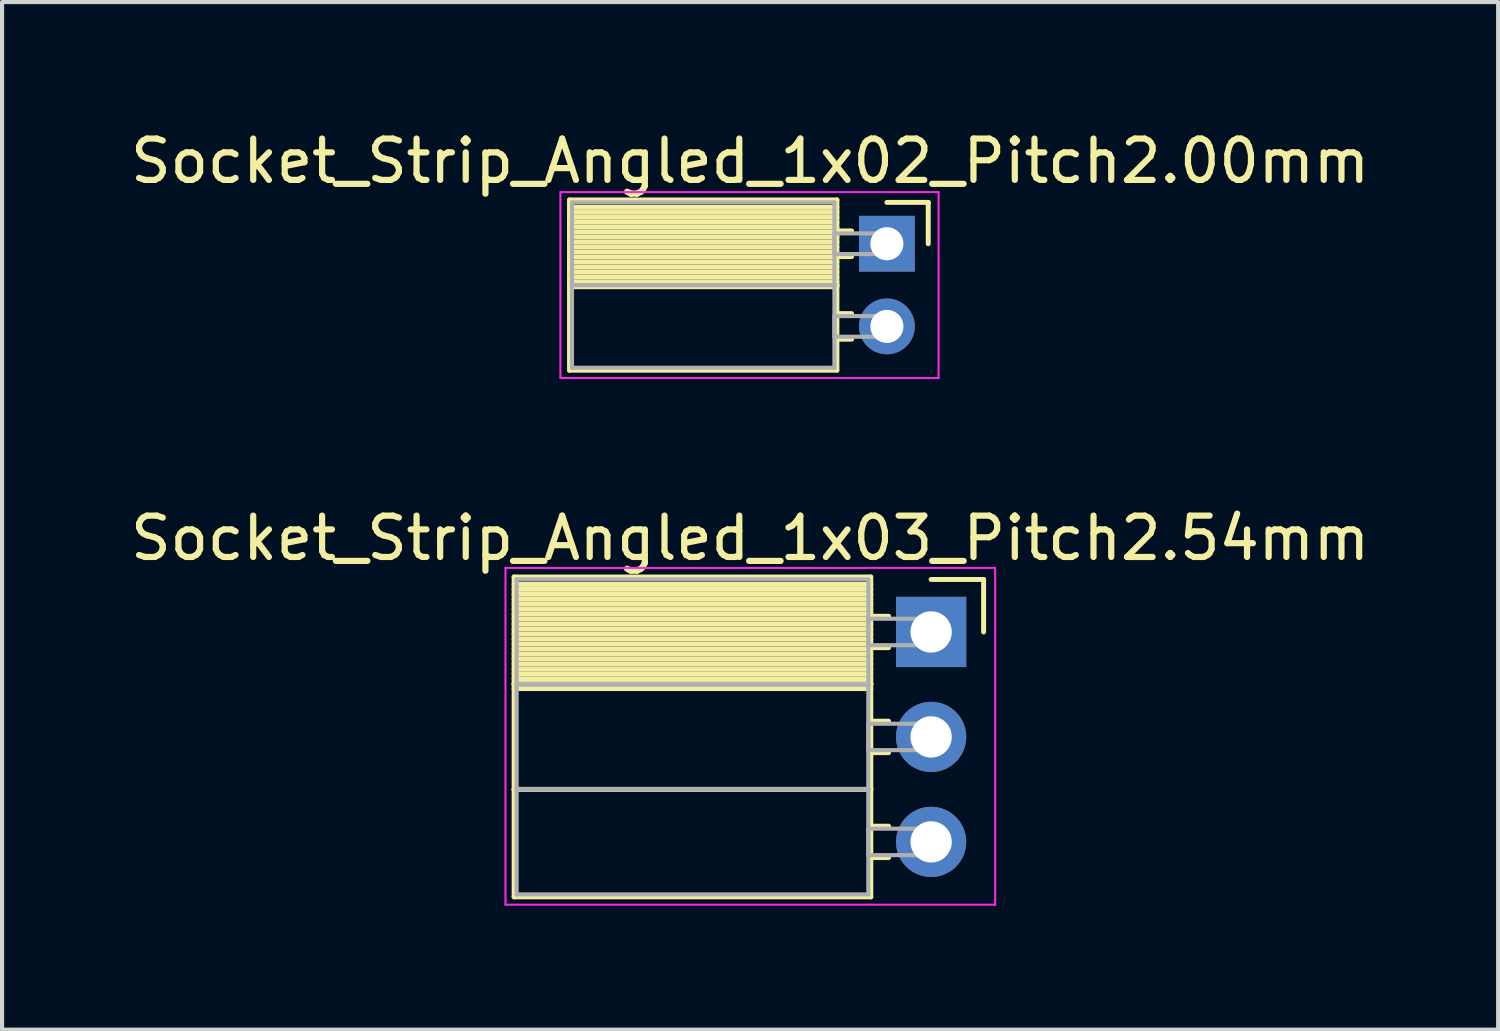
<source format=kicad_pcb>
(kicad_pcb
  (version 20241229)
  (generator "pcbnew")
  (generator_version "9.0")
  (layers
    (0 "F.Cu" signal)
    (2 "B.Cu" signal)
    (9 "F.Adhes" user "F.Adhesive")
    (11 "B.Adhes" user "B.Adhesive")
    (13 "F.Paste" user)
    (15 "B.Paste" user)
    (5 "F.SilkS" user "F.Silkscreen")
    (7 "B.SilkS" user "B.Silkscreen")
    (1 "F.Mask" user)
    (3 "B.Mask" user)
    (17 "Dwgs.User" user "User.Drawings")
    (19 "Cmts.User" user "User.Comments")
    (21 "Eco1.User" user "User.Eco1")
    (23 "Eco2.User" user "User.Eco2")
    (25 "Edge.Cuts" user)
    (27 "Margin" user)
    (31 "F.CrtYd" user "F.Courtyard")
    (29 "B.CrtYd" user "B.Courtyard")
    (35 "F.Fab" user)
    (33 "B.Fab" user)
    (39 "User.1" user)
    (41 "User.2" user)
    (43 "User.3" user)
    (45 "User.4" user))
  (footprint "Socket_Strip_Angled_1x03_Pitch2.54mm"
    (layer "F.Cu")
    (at 19.481 12.242)
    (property "Reference" "Socket_Strip_Angled_1x03_Pitch2.54mm" (at -4.38 -2.27 0) (layer "F.SilkS") (effects (font (size 1 1) (thickness 0.15))))
    (attr through_hole)
    (fp_line (start -10.09 -1.33) (end -1.46 -1.33) (stroke (width 0.12) (type solid)) (layer "F.SilkS"))
    (fp_line (start -10.09 1.27) (end -10.09 -1.33) (stroke (width 0.12) (type solid)) (layer "F.SilkS"))
    (fp_line (start -10.09 1.27) (end -1.46 1.27) (stroke (width 0.12) (type solid)) (layer "F.SilkS"))
    (fp_line (start -10.09 3.81) (end -10.09 1.27) (stroke (width 0.12) (type solid)) (layer "F.SilkS"))
    (fp_line (start -10.09 3.81) (end -1.46 3.81) (stroke (width 0.12) (type solid)) (layer "F.SilkS"))
    (fp_line (start -10.09 6.41) (end -10.09 3.81) (stroke (width 0.12) (type solid)) (layer "F.SilkS"))
    (fp_line (start -1.46 -1.33) (end -1.46 1.27) (stroke (width 0.12) (type solid)) (layer "F.SilkS"))
    (fp_line (start -1.46 -1.15) (end -10.09 -1.15) (stroke (width 0.12) (type solid)) (layer "F.SilkS"))
    (fp_line (start -1.46 -1.03) (end -10.09 -1.03) (stroke (width 0.12) (type solid)) (layer "F.SilkS"))
    (fp_line (start -1.46 -0.91) (end -10.09 -0.91) (stroke (width 0.12) (type solid)) (layer "F.SilkS"))
    (fp_line (start -1.46 -0.79) (end -10.09 -0.79) (stroke (width 0.12) (type solid)) (layer "F.SilkS"))
    (fp_line (start -1.46 -0.67) (end -10.09 -0.67) (stroke (width 0.12) (type solid)) (layer "F.SilkS"))
    (fp_line (start -1.46 -0.55) (end -10.09 -0.55) (stroke (width 0.12) (type solid)) (layer "F.SilkS"))
    (fp_line (start -1.46 -0.43) (end -10.09 -0.43) (stroke (width 0.12) (type solid)) (layer "F.SilkS"))
    (fp_line (start -1.46 -0.31) (end -10.09 -0.31) (stroke (width 0.12) (type solid)) (layer "F.SilkS"))
    (fp_line (start -1.46 -0.19) (end -10.09 -0.19) (stroke (width 0.12) (type solid)) (layer "F.SilkS"))
    (fp_line (start -1.46 -0.07) (end -10.09 -0.07) (stroke (width 0.12) (type solid)) (layer "F.SilkS"))
    (fp_line (start -1.46 0.05) (end -10.09 0.05) (stroke (width 0.12) (type solid)) (layer "F.SilkS"))
    (fp_line (start -1.46 0.17) (end -10.09 0.17) (stroke (width 0.12) (type solid)) (layer "F.SilkS"))
    (fp_line (start -1.46 0.29) (end -10.09 0.29) (stroke (width 0.12) (type solid)) (layer "F.SilkS"))
    (fp_line (start -1.46 0.41) (end -10.09 0.41) (stroke (width 0.12) (type solid)) (layer "F.SilkS"))
    (fp_line (start -1.46 0.53) (end -10.09 0.53) (stroke (width 0.12) (type solid)) (layer "F.SilkS"))
    (fp_line (start -1.46 0.65) (end -10.09 0.65) (stroke (width 0.12) (type solid)) (layer "F.SilkS"))
    (fp_line (start -1.46 0.77) (end -10.09 0.77) (stroke (width 0.12) (type solid)) (layer "F.SilkS"))
    (fp_line (start -1.46 0.89) (end -10.09 0.89) (stroke (width 0.12) (type solid)) (layer "F.SilkS"))
    (fp_line (start -1.46 1.01) (end -10.09 1.01) (stroke (width 0.12) (type solid)) (layer "F.SilkS"))
    (fp_line (start -1.46 1.13) (end -10.09 1.13) (stroke (width 0.12) (type solid)) (layer "F.SilkS"))
    (fp_line (start -1.46 1.25) (end -10.09 1.25) (stroke (width 0.12) (type solid)) (layer "F.SilkS"))
    (fp_line (start -1.46 1.27) (end -10.09 1.27) (stroke (width 0.12) (type solid)) (layer "F.SilkS"))
    (fp_line (start -1.46 1.27) (end -1.46 3.81) (stroke (width 0.12) (type solid)) (layer "F.SilkS"))
    (fp_line (start -1.46 1.37) (end -10.09 1.37) (stroke (width 0.12) (type solid)) (layer "F.SilkS"))
    (fp_line (start -1.46 3.81) (end -10.09 3.81) (stroke (width 0.12) (type solid)) (layer "F.SilkS"))
    (fp_line (start -1.46 3.81) (end -1.46 6.41) (stroke (width 0.12) (type solid)) (layer "F.SilkS"))
    (fp_line (start -1.46 6.41) (end -10.09 6.41) (stroke (width 0.12) (type solid)) (layer "F.SilkS"))
    (fp_line (start -1.03 -0.38) (end -1.46 -0.38) (stroke (width 0.12) (type solid)) (layer "F.SilkS"))
    (fp_line (start -1.03 0.38) (end -1.46 0.38) (stroke (width 0.12) (type solid)) (layer "F.SilkS"))
    (fp_line (start -1.03 2.16) (end -1.46 2.16) (stroke (width 0.12) (type solid)) (layer "F.SilkS"))
    (fp_line (start -1.03 2.92) (end -1.46 2.92) (stroke (width 0.12) (type solid)) (layer "F.SilkS"))
    (fp_line (start -1.03 4.7) (end -1.46 4.7) (stroke (width 0.12) (type solid)) (layer "F.SilkS"))
    (fp_line (start -1.03 5.46) (end -1.46 5.46) (stroke (width 0.12) (type solid)) (layer "F.SilkS"))
    (fp_line (start 0 -1.27) (end 1.27 -1.27) (stroke (width 0.12) (type solid)) (layer "F.SilkS"))
    (fp_line (start 1.27 -1.27) (end 1.27 0) (stroke (width 0.12) (type solid)) (layer "F.SilkS"))
    (fp_line (start -10.3 -1.55) (end 1.55 -1.55) (stroke (width 0.05) (type solid)) (layer "F.CrtYd"))
    (fp_line (start -10.3 6.6) (end -10.3 -1.55) (stroke (width 0.05) (type solid)) (layer "F.CrtYd"))
    (fp_line (start 1.55 -1.55) (end 1.55 6.6) (stroke (width 0.05) (type solid)) (layer "F.CrtYd"))
    (fp_line (start 1.55 6.6) (end -10.3 6.6) (stroke (width 0.05) (type solid)) (layer "F.CrtYd"))
    (fp_line (start -10.03 -1.27) (end -1.52 -1.27) (stroke (width 0.1) (type solid)) (layer "F.Fab"))
    (fp_line (start -10.03 1.27) (end -10.03 -1.27) (stroke (width 0.1) (type solid)) (layer "F.Fab"))
    (fp_line (start -10.03 1.27) (end -1.52 1.27) (stroke (width 0.1) (type solid)) (layer "F.Fab"))
    (fp_line (start -10.03 3.81) (end -10.03 1.27) (stroke (width 0.1) (type solid)) (layer "F.Fab"))
    (fp_line (start -10.03 3.81) (end -1.52 3.81) (stroke (width 0.1) (type solid)) (layer "F.Fab"))
    (fp_line (start -10.03 6.35) (end -10.03 3.81) (stroke (width 0.1) (type solid)) (layer "F.Fab"))
    (fp_line (start -1.52 -1.27) (end -1.52 1.27) (stroke (width 0.1) (type solid)) (layer "F.Fab"))
    (fp_line (start -1.52 -0.32) (end 0 -0.32) (stroke (width 0.1) (type solid)) (layer "F.Fab"))
    (fp_line (start -1.52 0.32) (end -1.52 -0.32) (stroke (width 0.1) (type solid)) (layer "F.Fab"))
    (fp_line (start -1.52 1.27) (end -10.03 1.27) (stroke (width 0.1) (type solid)) (layer "F.Fab"))
    (fp_line (start -1.52 1.27) (end -1.52 3.81) (stroke (width 0.1) (type solid)) (layer "F.Fab"))
    (fp_line (start -1.52 2.22) (end 0 2.22) (stroke (width 0.1) (type solid)) (layer "F.Fab"))
    (fp_line (start -1.52 2.86) (end -1.52 2.22) (stroke (width 0.1) (type solid)) (layer "F.Fab"))
    (fp_line (start -1.52 3.81) (end -10.03 3.81) (stroke (width 0.1) (type solid)) (layer "F.Fab"))
    (fp_line (start -1.52 3.81) (end -1.52 6.35) (stroke (width 0.1) (type solid)) (layer "F.Fab"))
    (fp_line (start -1.52 4.76) (end 0 4.76) (stroke (width 0.1) (type solid)) (layer "F.Fab"))
    (fp_line (start -1.52 5.4) (end -1.52 4.76) (stroke (width 0.1) (type solid)) (layer "F.Fab"))
    (fp_line (start -1.52 6.35) (end -10.03 6.35) (stroke (width 0.1) (type solid)) (layer "F.Fab"))
    (fp_line (start 0 -0.32) (end 0 0.32) (stroke (width 0.1) (type solid)) (layer "F.Fab"))
    (fp_line (start 0 0.32) (end -1.52 0.32) (stroke (width 0.1) (type solid)) (layer "F.Fab"))
    (fp_line (start 0 2.22) (end 0 2.86) (stroke (width 0.1) (type solid)) (layer "F.Fab"))
    (fp_line (start 0 2.86) (end -1.52 2.86) (stroke (width 0.1) (type solid)) (layer "F.Fab"))
    (fp_line (start 0 4.76) (end 0 5.4) (stroke (width 0.1) (type solid)) (layer "F.Fab"))
    (fp_line (start 0 5.4) (end -1.52 5.4) (stroke (width 0.1) (type solid)) (layer "F.Fab"))
    (pad "1" thru_hole rect (at 0 0) (size 1.7 1.7) (drill 1) (layers "*.Cu" "*.Mask"))
    (pad "2" thru_hole oval (at 0 2.54) (size 1.7 1.7) (drill 1) (layers "*.Cu" "*.Mask"))
    (pad "3" thru_hole oval (at 0 5.08) (size 1.7 1.7) (drill 1) (layers "*.Cu" "*.Mask")))
  (footprint "Socket_Strip_Angled_1x02_Pitch2.00mm"
    (layer "F.Cu")
    (at 18.411 2.848)
    (property "Reference" "Socket_Strip_Angled_1x02_Pitch2.00mm" (at -3.31 -2 0) (layer "F.SilkS") (effects (font (size 1 1) (thickness 0.15))))
    (attr through_hole)
    (fp_line (start -7.68 -1.06) (end -1.21 -1.06) (stroke (width 0.12) (type solid)) (layer "F.SilkS"))
    (fp_line (start -7.68 1) (end -7.68 -1.06) (stroke (width 0.12) (type solid)) (layer "F.SilkS"))
    (fp_line (start -7.68 1) (end -1.21 1) (stroke (width 0.12) (type solid)) (layer "F.SilkS"))
    (fp_line (start -7.68 3.06) (end -7.68 1) (stroke (width 0.12) (type solid)) (layer "F.SilkS"))
    (fp_line (start -1.21 -1.06) (end -1.21 1) (stroke (width 0.12) (type solid)) (layer "F.SilkS"))
    (fp_line (start -1.21 -0.88) (end -7.68 -0.88) (stroke (width 0.12) (type solid)) (layer "F.SilkS"))
    (fp_line (start -1.21 -0.76) (end -7.68 -0.76) (stroke (width 0.12) (type solid)) (layer "F.SilkS"))
    (fp_line (start -1.21 -0.64) (end -7.68 -0.64) (stroke (width 0.12) (type solid)) (layer "F.SilkS"))
    (fp_line (start -1.21 -0.52) (end -7.68 -0.52) (stroke (width 0.12) (type solid)) (layer "F.SilkS"))
    (fp_line (start -1.21 -0.4) (end -7.68 -0.4) (stroke (width 0.12) (type solid)) (layer "F.SilkS"))
    (fp_line (start -1.21 -0.28) (end -7.68 -0.28) (stroke (width 0.12) (type solid)) (layer "F.SilkS"))
    (fp_line (start -1.21 -0.16) (end -7.68 -0.16) (stroke (width 0.12) (type solid)) (layer "F.SilkS"))
    (fp_line (start -1.21 -0.04) (end -7.68 -0.04) (stroke (width 0.12) (type solid)) (layer "F.SilkS"))
    (fp_line (start -1.21 0.08) (end -7.68 0.08) (stroke (width 0.12) (type solid)) (layer "F.SilkS"))
    (fp_line (start -1.21 0.2) (end -7.68 0.2) (stroke (width 0.12) (type solid)) (layer "F.SilkS"))
    (fp_line (start -1.21 0.32) (end -7.68 0.32) (stroke (width 0.12) (type solid)) (layer "F.SilkS"))
    (fp_line (start -1.21 0.44) (end -7.68 0.44) (stroke (width 0.12) (type solid)) (layer "F.SilkS"))
    (fp_line (start -1.21 0.56) (end -7.68 0.56) (stroke (width 0.12) (type solid)) (layer "F.SilkS"))
    (fp_line (start -1.21 0.68) (end -7.68 0.68) (stroke (width 0.12) (type solid)) (layer "F.SilkS"))
    (fp_line (start -1.21 0.8) (end -7.68 0.8) (stroke (width 0.12) (type solid)) (layer "F.SilkS"))
    (fp_line (start -1.21 0.92) (end -7.68 0.92) (stroke (width 0.12) (type solid)) (layer "F.SilkS"))
    (fp_line (start -1.21 1) (end -7.68 1) (stroke (width 0.12) (type solid)) (layer "F.SilkS"))
    (fp_line (start -1.21 1) (end -1.21 3.06) (stroke (width 0.12) (type solid)) (layer "F.SilkS"))
    (fp_line (start -1.21 1.04) (end -7.68 1.04) (stroke (width 0.12) (type solid)) (layer "F.SilkS"))
    (fp_line (start -1.21 3.06) (end -7.68 3.06) (stroke (width 0.12) (type solid)) (layer "F.SilkS"))
    (fp_line (start -0.855 -0.31) (end -1.21 -0.31) (stroke (width 0.12) (type solid)) (layer "F.SilkS"))
    (fp_line (start -0.855 0.31) (end -1.21 0.31) (stroke (width 0.12) (type solid)) (layer "F.SilkS"))
    (fp_line (start -0.855 1.69) (end -1.21 1.69) (stroke (width 0.12) (type solid)) (layer "F.SilkS"))
    (fp_line (start -0.855 2.31) (end -1.21 2.31) (stroke (width 0.12) (type solid)) (layer "F.SilkS"))
    (fp_line (start 0 -1) (end 1 -1) (stroke (width 0.12) (type solid)) (layer "F.SilkS"))
    (fp_line (start 1 -1) (end 1 0) (stroke (width 0.12) (type solid)) (layer "F.SilkS"))
    (fp_line (start -7.9 -1.25) (end 1.25 -1.25) (stroke (width 0.05) (type solid)) (layer "F.CrtYd"))
    (fp_line (start -7.9 3.25) (end -7.9 -1.25) (stroke (width 0.05) (type solid)) (layer "F.CrtYd"))
    (fp_line (start 1.25 -1.25) (end 1.25 3.25) (stroke (width 0.05) (type solid)) (layer "F.CrtYd"))
    (fp_line (start 1.25 3.25) (end -7.9 3.25) (stroke (width 0.05) (type solid)) (layer "F.CrtYd"))
    (fp_line (start -7.62 -1) (end -1.27 -1) (stroke (width 0.1) (type solid)) (layer "F.Fab"))
    (fp_line (start -7.62 1) (end -7.62 -1) (stroke (width 0.1) (type solid)) (layer "F.Fab"))
    (fp_line (start -7.62 1) (end -1.27 1) (stroke (width 0.1) (type solid)) (layer "F.Fab"))
    (fp_line (start -7.62 3) (end -7.62 1) (stroke (width 0.1) (type solid)) (layer "F.Fab"))
    (fp_line (start -1.27 -1) (end -1.27 1) (stroke (width 0.1) (type solid)) (layer "F.Fab"))
    (fp_line (start -1.27 -0.25) (end 0 -0.25) (stroke (width 0.1) (type solid)) (layer "F.Fab"))
    (fp_line (start -1.27 0.25) (end -1.27 -0.25) (stroke (width 0.1) (type solid)) (layer "F.Fab"))
    (fp_line (start -1.27 1) (end -7.62 1) (stroke (width 0.1) (type solid)) (layer "F.Fab"))
    (fp_line (start -1.27 1) (end -1.27 3) (stroke (width 0.1) (type solid)) (layer "F.Fab"))
    (fp_line (start -1.27 1.75) (end 0 1.75) (stroke (width 0.1) (type solid)) (layer "F.Fab"))
    (fp_line (start -1.27 2.25) (end -1.27 1.75) (stroke (width 0.1) (type solid)) (layer "F.Fab"))
    (fp_line (start -1.27 3) (end -7.62 3) (stroke (width 0.1) (type solid)) (layer "F.Fab"))
    (fp_line (start 0 -0.25) (end 0 0.25) (stroke (width 0.1) (type solid)) (layer "F.Fab"))
    (fp_line (start 0 0.25) (end -1.27 0.25) (stroke (width 0.1) (type solid)) (layer "F.Fab"))
    (fp_line (start 0 1.75) (end 0 2.25) (stroke (width 0.1) (type solid)) (layer "F.Fab"))
    (fp_line (start 0 2.25) (end -1.27 2.25) (stroke (width 0.1) (type solid)) (layer "F.Fab"))
    (pad "1" thru_hole rect (at 0 0) (size 1.35 1.35) (drill 0.8) (layers "*.Cu" "*.Mask"))
    (pad "2" thru_hole oval (at 0 2) (size 1.35 1.35) (drill 0.8) (layers "*.Cu" "*.Mask")))
  (gr_rect
    (start -3 -3)
    (end 33.202 21.866)
    (stroke (width 0.1) (type default))
    (fill no)
    (layer "Edge.Cuts")))
</source>
